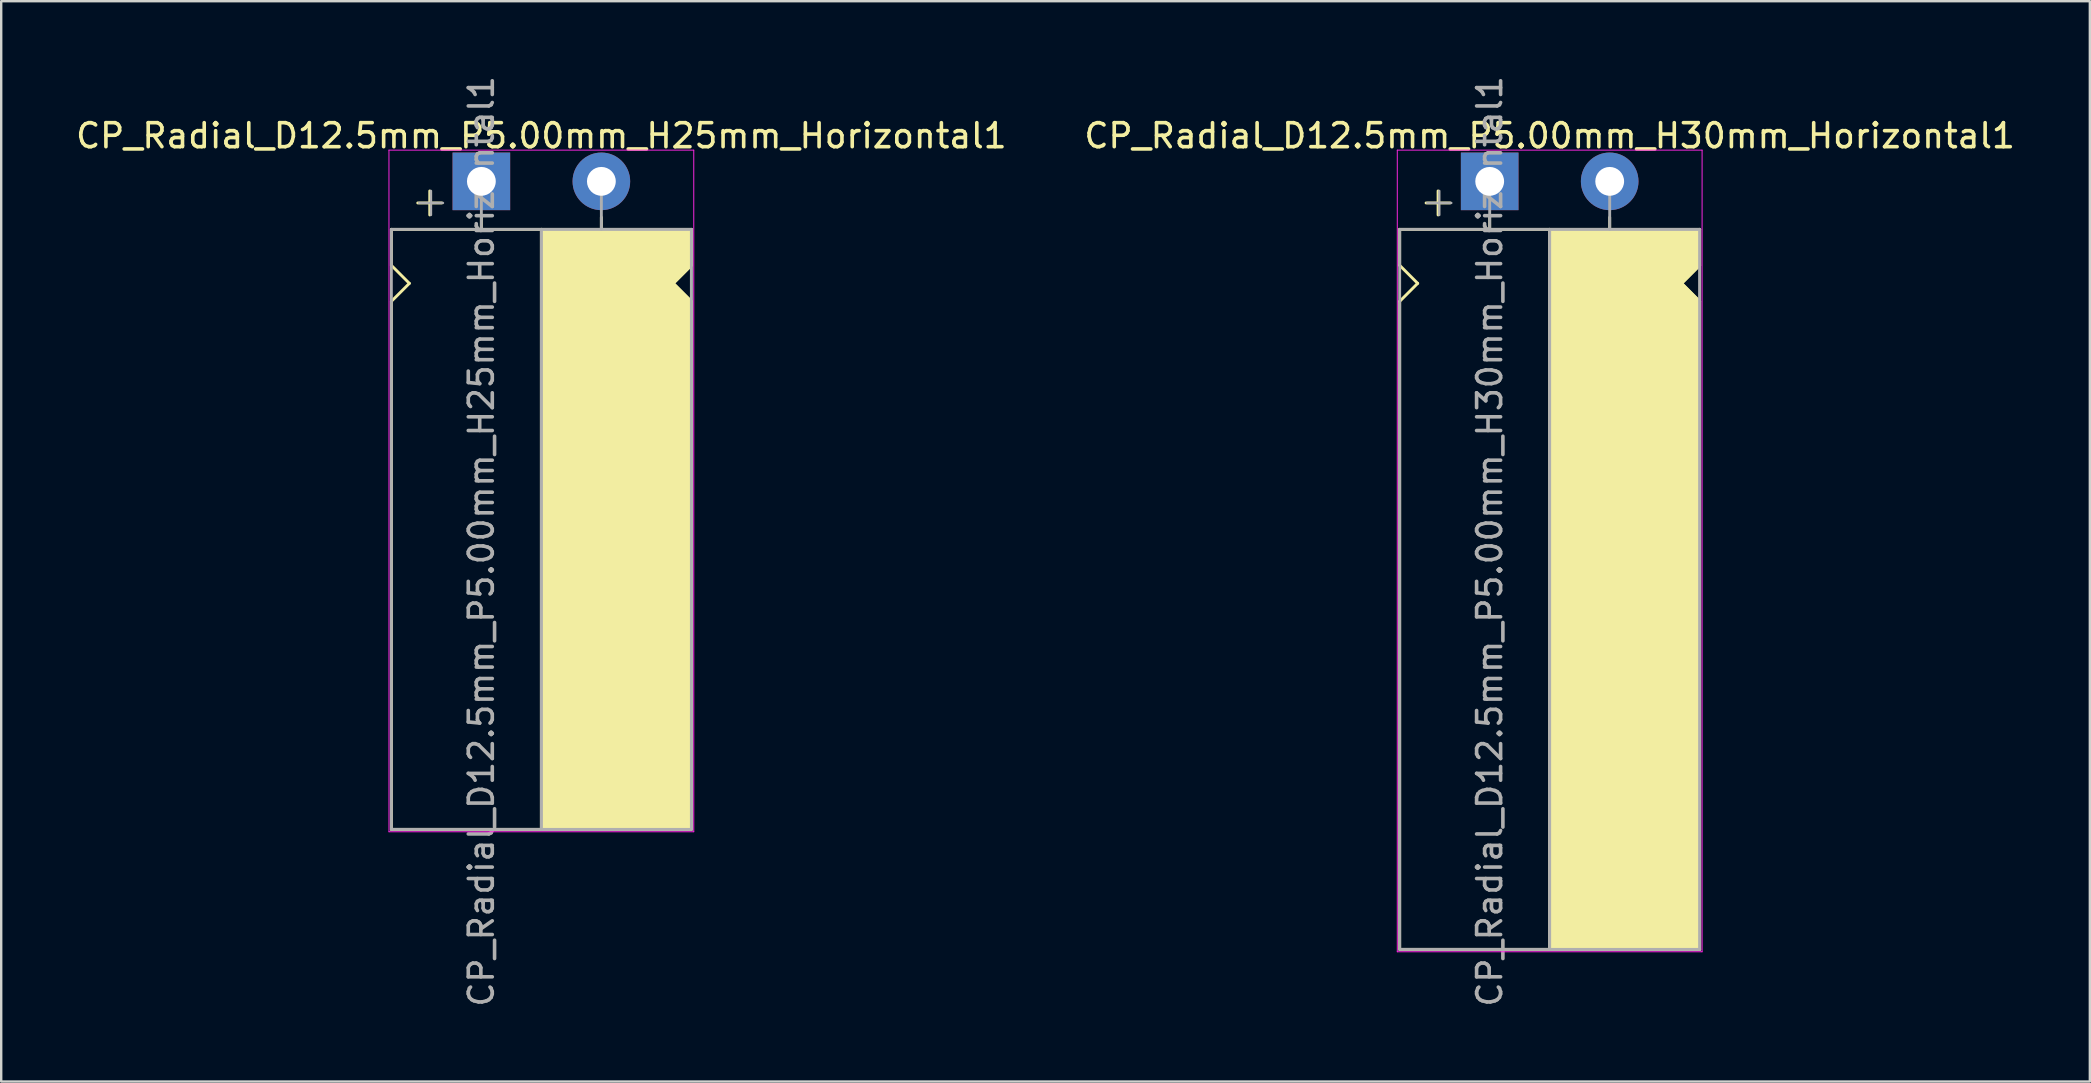
<source format=kicad_pcb>
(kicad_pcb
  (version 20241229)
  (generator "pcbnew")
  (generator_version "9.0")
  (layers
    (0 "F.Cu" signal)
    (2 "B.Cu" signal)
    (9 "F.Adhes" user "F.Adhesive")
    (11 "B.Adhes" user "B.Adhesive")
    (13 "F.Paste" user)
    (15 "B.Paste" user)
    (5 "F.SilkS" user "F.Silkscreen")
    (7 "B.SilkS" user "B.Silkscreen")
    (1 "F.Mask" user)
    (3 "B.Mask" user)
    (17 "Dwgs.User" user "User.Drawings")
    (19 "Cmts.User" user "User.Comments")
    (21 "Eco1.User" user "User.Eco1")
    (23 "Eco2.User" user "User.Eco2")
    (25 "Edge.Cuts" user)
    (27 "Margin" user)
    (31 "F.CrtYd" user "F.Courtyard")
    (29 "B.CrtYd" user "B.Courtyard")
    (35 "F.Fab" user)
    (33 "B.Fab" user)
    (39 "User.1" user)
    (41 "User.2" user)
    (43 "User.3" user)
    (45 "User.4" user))
  (footprint "CP_Radial_D12.5mm_P5.00mm_H30mm_Horizontal1"
    (layer "F.Cu")
    (at 59.018 4.506)
    (property "Reference" "CP_Radial_D12.5mm_P5.00mm_H30mm_Horizontal1" (at 2.5 -1.9 180) (layer "F.SilkS") (effects (font (size 1 1) (thickness 0.15))))
    (attr through_hole)
    (fp_line (start -3.75 2) (end -3.75 3.5) (stroke (width 0.12) (type solid)) (layer "F.SilkS"))
    (fp_line (start -3.75 3.5) (end -3 4.25) (stroke (width 0.12) (type solid)) (layer "F.SilkS"))
    (fp_line (start -3.75 5) (end -3.75 32) (stroke (width 0.12) (type solid)) (layer "F.SilkS"))
    (fp_line (start -3 4.25) (end -3.75 5) (stroke (width 0.12) (type solid)) (layer "F.SilkS"))
    (fp_line (start -2.15 0.4) (end -2.15 1.4) (stroke (width 0.12) (type solid)) (layer "F.SilkS"))
    (fp_line (start -1.65 0.9) (end -2.65 0.9) (stroke (width 0.12) (type solid)) (layer "F.SilkS"))
    (fp_line (start 0 1.5) (end 0 2) (stroke (width 0.12) (type solid)) (layer "F.SilkS"))
    (fp_line (start 2.5 2) (end -3.75 2) (stroke (width 0.12) (type solid)) (layer "F.SilkS"))
    (fp_line (start 2.5 2) (end 2.5 32) (stroke (width 0.12) (type solid)) (layer "F.SilkS"))
    (fp_line (start 2.5 2) (end 8.75 2) (stroke (width 0.12) (type solid)) (layer "F.SilkS"))
    (fp_line (start 5 1.5) (end 5 2) (stroke (width 0.12) (type solid)) (layer "F.SilkS"))
    (fp_line (start 8 4.25) (end 8.75 5) (stroke (width 0.12) (type solid)) (layer "F.SilkS"))
    (fp_line (start 8.75 2) (end 8.75 3.5) (stroke (width 0.12) (type solid)) (layer "F.SilkS"))
    (fp_line (start 8.75 3.5) (end 8 4.25) (stroke (width 0.12) (type solid)) (layer "F.SilkS"))
    (fp_line (start 8.75 5) (end 8.75 32) (stroke (width 0.12) (type solid)) (layer "F.SilkS"))
    (fp_line (start 8.75 32) (end -3.75 32) (stroke (width 0.12) (type solid)) (layer "F.SilkS"))
    (fp_poly (pts (xy 8.75 3.5) (xy 8 4.25) (xy 8.75 5) (xy 8.75 32) (xy 2.5 32) (xy 2.5 2) (xy 8.75 2)) (stroke (width 0.1) (type solid)) (fill yes) (layer "F.SilkS"))
    (fp_line (start -3.85 -1.3) (end 8.85 -1.3) (stroke (width 0.04) (type solid)) (layer "F.CrtYd"))
    (fp_line (start -3.85 32.1) (end -3.85 -1.3) (stroke (width 0.04) (type solid)) (layer "F.CrtYd"))
    (fp_line (start 8.85 -1.3) (end 8.85 32.1) (stroke (width 0.04) (type solid)) (layer "F.CrtYd"))
    (fp_line (start 8.85 32.1) (end -3.85 32.1) (stroke (width 0.04) (type solid)) (layer "F.CrtYd"))
    (fp_line (start -3.75 2) (end -3.75 32) (stroke (width 0.12) (type solid)) (layer "F.Fab"))
    (fp_line (start -3.75 32) (end 8.75 32) (stroke (width 0.12) (type solid)) (layer "F.Fab"))
    (fp_line (start -2.6 0.9) (end -1.6 0.9) (stroke (width 0.1) (type solid)) (layer "F.Fab"))
    (fp_line (start -2.1 1.4) (end -2.1 0.4) (stroke (width 0.1) (type solid)) (layer "F.Fab"))
    (fp_line (start 0 0) (end 0 2) (stroke (width 0.12) (type solid)) (layer "F.Fab"))
    (fp_line (start 0 2) (end -3.75 2) (stroke (width 0.12) (type solid)) (layer "F.Fab"))
    (fp_line (start 2.5 2) (end 2.5 32) (stroke (width 0.12) (type solid)) (layer "F.Fab"))
    (fp_line (start 5 2) (end 5 0) (stroke (width 0.12) (type solid)) (layer "F.Fab"))
    (fp_line (start 8.75 2) (end 0 2) (stroke (width 0.12) (type solid)) (layer "F.Fab"))
    (fp_line (start 8.75 32) (end 8.75 2) (stroke (width 0.12) (type solid)) (layer "F.Fab"))
    (fp_poly (pts (xy 8.75 32) (xy 2.5 32) (xy 2.5 2) (xy 8.75 2)) (stroke (width 0.1) (type solid)) (fill no) (layer "F.Fab"))
    (fp_text user "${REFERENCE}" (at 0 15 90) (layer "F.Fab") (effects (font (size 1 1) (thickness 0.15))))
    (pad "1" thru_hole rect (at 0 0) (size 2.4 2.4) (drill 1.2) (layers "*.Cu" "*.Mask"))
    (pad "2" thru_hole circle (at 5 0) (size 2.4 2.4) (drill 1.2) (layers "*.Cu" "*.Mask")))
  (footprint "CP_Radial_D12.5mm_P5.00mm_H25mm_Horizontal1"
    (layer "F.Cu")
    (at 17.006 4.506)
    (property "Reference" "CP_Radial_D12.5mm_P5.00mm_H25mm_Horizontal1" (at 2.5 -1.9 180) (layer "F.SilkS") (effects (font (size 1 1) (thickness 0.15))))
    (attr through_hole)
    (fp_line (start -3.75 2) (end -3.75 3.5) (stroke (width 0.12) (type solid)) (layer "F.SilkS"))
    (fp_line (start -3.75 3.5) (end -3 4.25) (stroke (width 0.12) (type solid)) (layer "F.SilkS"))
    (fp_line (start -3.75 5) (end -3.75 27) (stroke (width 0.12) (type solid)) (layer "F.SilkS"))
    (fp_line (start -3 4.25) (end -3.75 5) (stroke (width 0.12) (type solid)) (layer "F.SilkS"))
    (fp_line (start -2.15 0.4) (end -2.15 1.4) (stroke (width 0.12) (type solid)) (layer "F.SilkS"))
    (fp_line (start -1.65 0.9) (end -2.65 0.9) (stroke (width 0.12) (type solid)) (layer "F.SilkS"))
    (fp_line (start 0 1.5) (end 0 2) (stroke (width 0.12) (type solid)) (layer "F.SilkS"))
    (fp_line (start 2.5 2) (end -3.75 2) (stroke (width 0.12) (type solid)) (layer "F.SilkS"))
    (fp_line (start 2.5 2) (end 2.5 27) (stroke (width 0.12) (type solid)) (layer "F.SilkS"))
    (fp_line (start 2.5 2) (end 8.75 2) (stroke (width 0.12) (type solid)) (layer "F.SilkS"))
    (fp_line (start 5 1.5) (end 5 2) (stroke (width 0.12) (type solid)) (layer "F.SilkS"))
    (fp_line (start 8 4.25) (end 8.75 5) (stroke (width 0.12) (type solid)) (layer "F.SilkS"))
    (fp_line (start 8.75 2) (end 8.75 3.5) (stroke (width 0.12) (type solid)) (layer "F.SilkS"))
    (fp_line (start 8.75 3.5) (end 8 4.25) (stroke (width 0.12) (type solid)) (layer "F.SilkS"))
    (fp_line (start 8.75 5) (end 8.75 27) (stroke (width 0.12) (type solid)) (layer "F.SilkS"))
    (fp_line (start 8.75 27) (end -3.75 27) (stroke (width 0.12) (type solid)) (layer "F.SilkS"))
    (fp_poly (pts (xy 8.75 3.5) (xy 8 4.25) (xy 8.75 5) (xy 8.75 27) (xy 2.5 27) (xy 2.5 2) (xy 8.75 2)) (stroke (width 0.1) (type solid)) (fill yes) (layer "F.SilkS"))
    (fp_line (start -3.85 -1.3) (end 8.85 -1.3) (stroke (width 0.04) (type solid)) (layer "F.CrtYd"))
    (fp_line (start -3.85 27.1) (end -3.85 -1.3) (stroke (width 0.04) (type solid)) (layer "F.CrtYd"))
    (fp_line (start 8.85 -1.3) (end 8.85 27.1) (stroke (width 0.04) (type solid)) (layer "F.CrtYd"))
    (fp_line (start 8.85 27.1) (end -3.85 27.1) (stroke (width 0.04) (type solid)) (layer "F.CrtYd"))
    (fp_line (start -3.75 2) (end -3.75 27) (stroke (width 0.12) (type solid)) (layer "F.Fab"))
    (fp_line (start -3.75 27) (end 8.75 27) (stroke (width 0.12) (type solid)) (layer "F.Fab"))
    (fp_line (start -2.6 0.9) (end -1.6 0.9) (stroke (width 0.1) (type solid)) (layer "F.Fab"))
    (fp_line (start -2.1 1.4) (end -2.1 0.4) (stroke (width 0.1) (type solid)) (layer "F.Fab"))
    (fp_line (start 0 0) (end 0 2) (stroke (width 0.12) (type solid)) (layer "F.Fab"))
    (fp_line (start 0 2) (end -3.75 2) (stroke (width 0.12) (type solid)) (layer "F.Fab"))
    (fp_line (start 2.5 2) (end 2.5 27) (stroke (width 0.12) (type solid)) (layer "F.Fab"))
    (fp_line (start 5 2) (end 5 0) (stroke (width 0.12) (type solid)) (layer "F.Fab"))
    (fp_line (start 8.75 2) (end 0 2) (stroke (width 0.12) (type solid)) (layer "F.Fab"))
    (fp_line (start 8.75 27) (end 8.75 2) (stroke (width 0.12) (type solid)) (layer "F.Fab"))
    (fp_poly (pts (xy 8.75 27) (xy 2.5 27) (xy 2.5 2) (xy 8.75 2)) (stroke (width 0.1) (type solid)) (fill no) (layer "F.Fab"))
    (fp_text user "${REFERENCE}" (at 0 15 90) (layer "F.Fab") (effects (font (size 1 1) (thickness 0.15))))
    (pad "1" thru_hole rect (at 0 0) (size 2.4 2.4) (drill 1.2) (layers "*.Cu" "*.Mask"))
    (pad "2" thru_hole circle (at 5 0) (size 2.4 2.4) (drill 1.2) (layers "*.Cu" "*.Mask")))
  (gr_rect
    (start -3 -3)
    (end 84.024 42.012)
    (stroke (width 0.1) (type default))
    (fill no)
    (layer "Edge.Cuts")))
</source>
